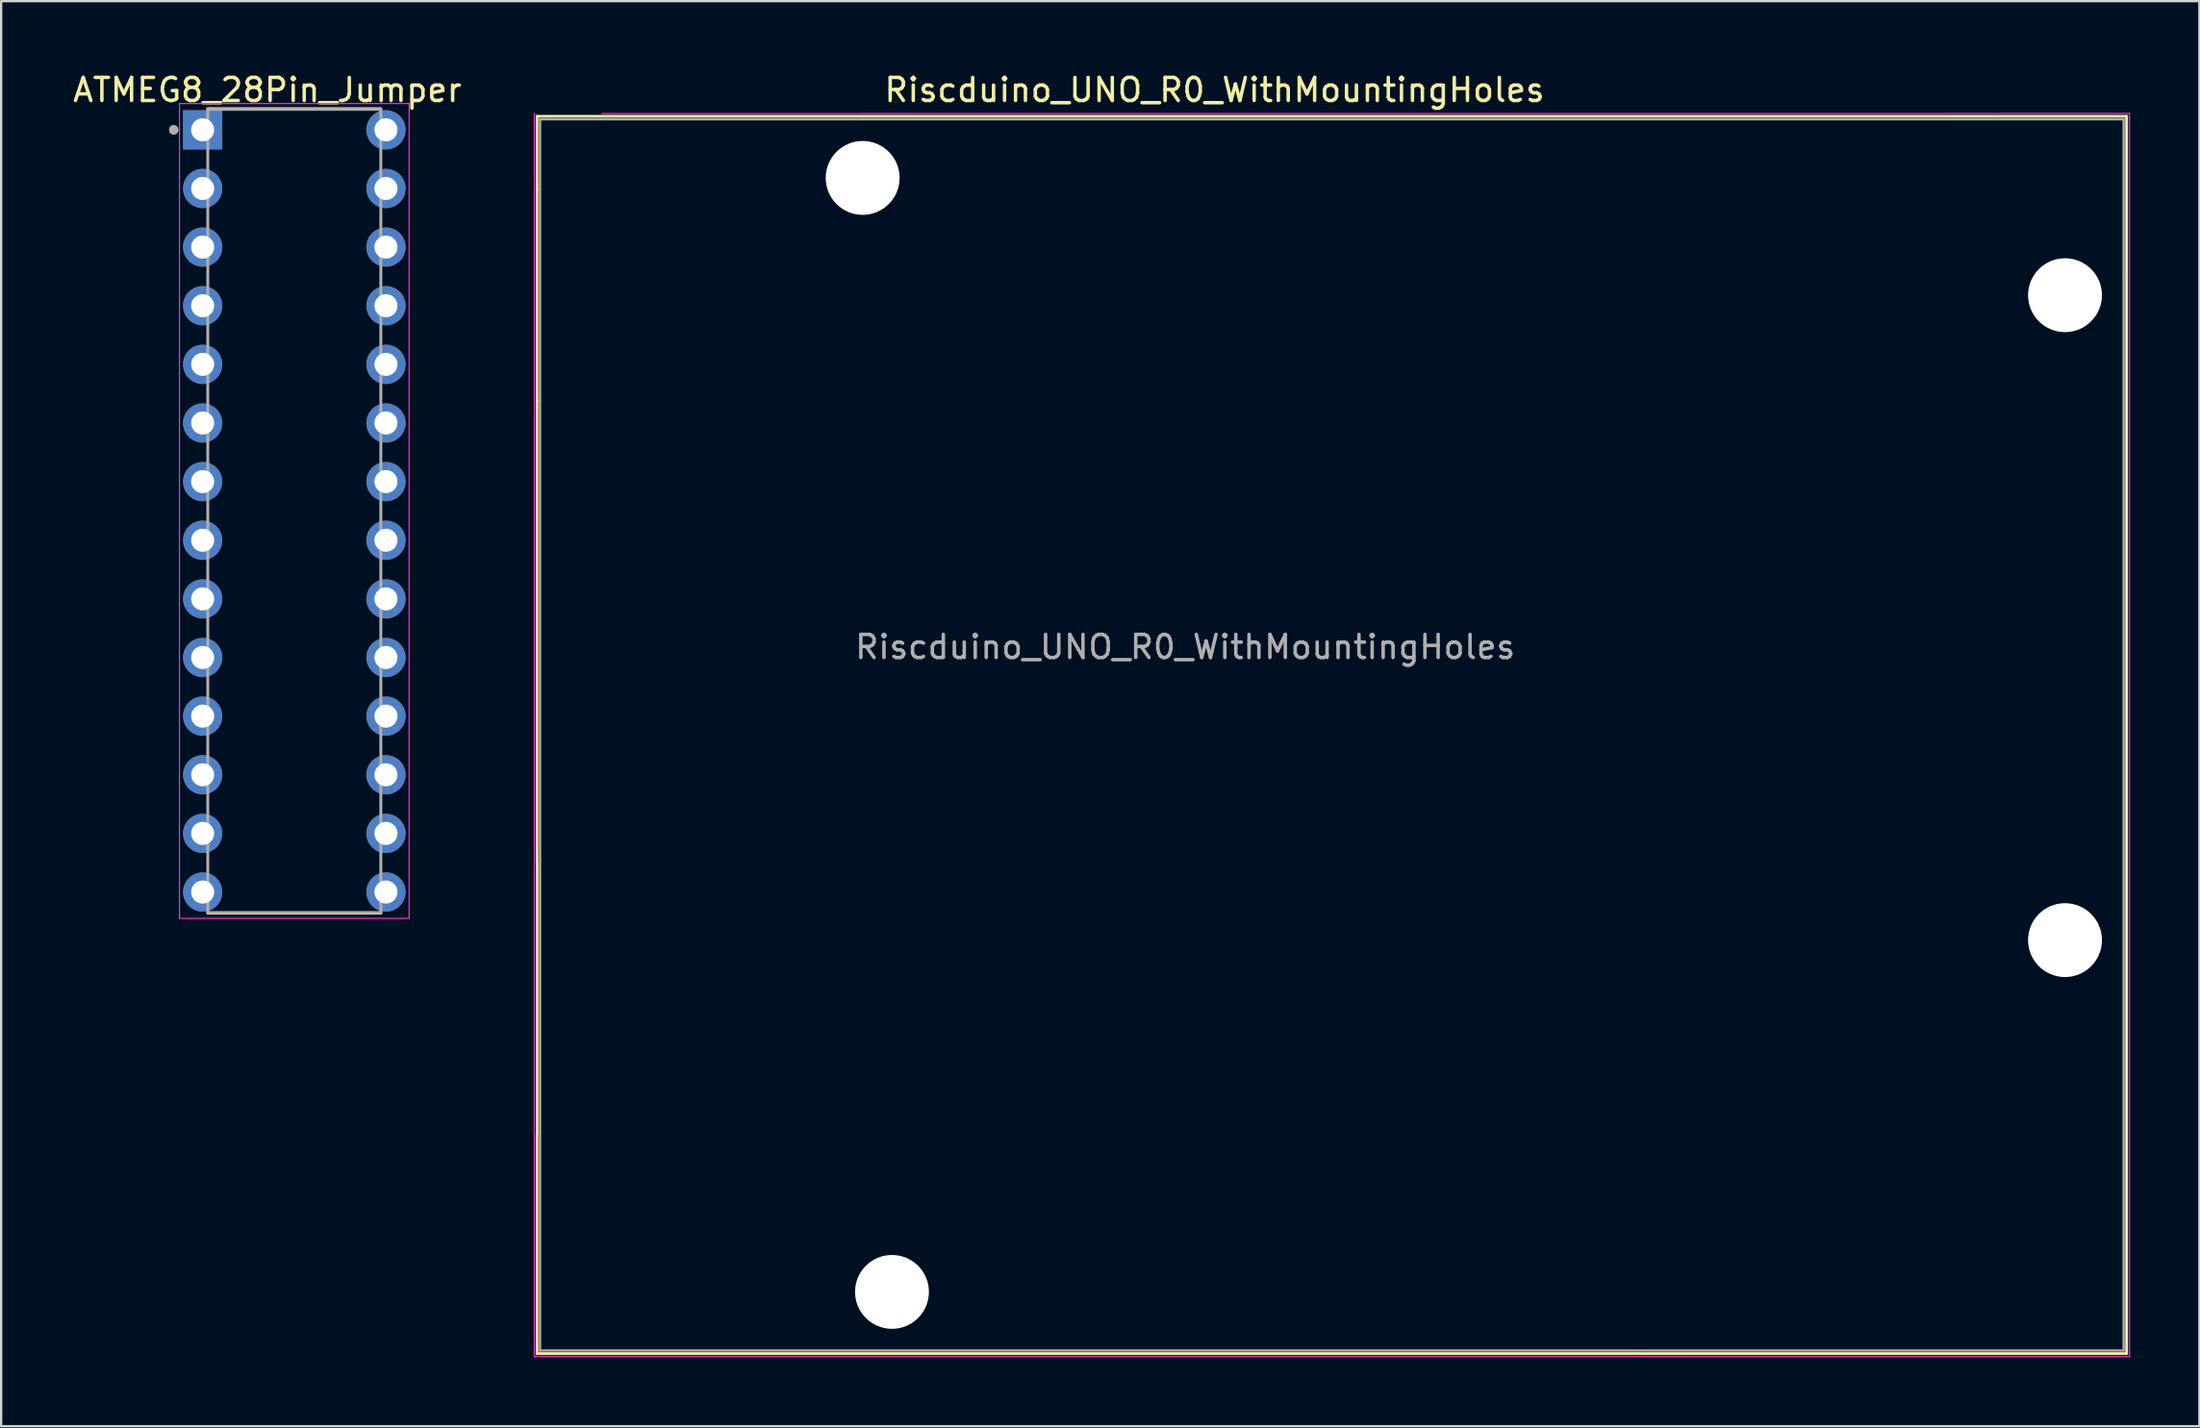
<source format=kicad_pcb>
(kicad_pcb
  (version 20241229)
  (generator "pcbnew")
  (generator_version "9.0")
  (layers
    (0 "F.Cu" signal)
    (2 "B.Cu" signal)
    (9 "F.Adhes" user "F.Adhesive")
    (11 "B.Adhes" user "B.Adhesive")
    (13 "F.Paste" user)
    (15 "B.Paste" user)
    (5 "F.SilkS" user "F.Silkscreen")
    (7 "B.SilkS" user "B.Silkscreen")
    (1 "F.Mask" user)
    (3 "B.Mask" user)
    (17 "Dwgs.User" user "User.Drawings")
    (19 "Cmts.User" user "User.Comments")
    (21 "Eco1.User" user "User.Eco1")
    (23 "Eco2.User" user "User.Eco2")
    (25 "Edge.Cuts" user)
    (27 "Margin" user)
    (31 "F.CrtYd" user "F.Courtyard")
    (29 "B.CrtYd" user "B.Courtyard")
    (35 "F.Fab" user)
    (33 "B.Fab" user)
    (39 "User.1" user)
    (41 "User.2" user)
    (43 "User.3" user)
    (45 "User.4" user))
  (footprint "Riscduino_UNO_R0_WithMountingHoles"
    (layer "F.Cu")
    (at 48.279 4.658)
    (property "Reference" "Riscduino_UNO_R0_WithMountingHoles" (at 1.27 -3.81 180) (layer "F.SilkS") (effects (font (size 1 1) (thickness 0.15))))
    (attr through_hole)
    (fp_line (start -28.07 -2.67) (end -28.07 0.51) (stroke (width 0.12) (type solid)) (layer "F.SilkS"))
    (fp_line (start -28.07 0.51) (end -28.07 9.65) (stroke (width 0.12) (type solid)) (layer "F.SilkS"))
    (fp_line (start -28.07 9.65) (end -28.07 29.72) (stroke (width 0.12) (type solid)) (layer "F.SilkS"))
    (fp_line (start -28.07 41.4) (end -28.07 50.93) (stroke (width 0.12) (type solid)) (layer "F.SilkS"))
    (fp_line (start -28.07 50.93) (end 40.767 50.93) (stroke (width 0.12) (type solid)) (layer "F.SilkS"))
    (fp_line (start -28.067 29.72) (end -28.067 41.4) (stroke (width 0.12) (type solid)) (layer "F.SilkS"))
    (fp_line (start 40.767 -2.67) (end -28.07 -2.67) (stroke (width 0.12) (type solid)) (layer "F.SilkS"))
    (fp_line (start 40.767 50.93) (end 40.767 -2.67) (stroke (width 0.12) (type solid)) (layer "F.SilkS"))
    (fp_line (start -28.194 41.53) (end -28.194 29.59) (stroke (width 0.05) (type solid)) (layer "F.CrtYd"))
    (fp_line (start -28.19 0.38) (end -28.19 -2.79) (stroke (width 0.05) (type solid)) (layer "F.CrtYd"))
    (fp_line (start -28.19 9.78) (end -28.19 0.38) (stroke (width 0.05) (type solid)) (layer "F.CrtYd"))
    (fp_line (start -28.19 29.59) (end -28.19 9.78) (stroke (width 0.05) (type solid)) (layer "F.CrtYd"))
    (fp_line (start -28.19 51.05) (end -28.19 41.53) (stroke (width 0.05) (type solid)) (layer "F.CrtYd"))
    (fp_line (start -25.265 -2.79) (end 40.894 -2.794) (stroke (width 0.05) (type solid)) (layer "F.CrtYd"))
    (fp_line (start 40.894 -2.794) (end 40.894 51.054) (stroke (width 0.05) (type solid)) (layer "F.CrtYd"))
    (fp_line (start 40.894 51.054) (end -28.19 51.05) (stroke (width 0.05) (type solid)) (layer "F.CrtYd"))
    (fp_line (start -27.94 -2.54) (end 40.64 -2.54) (stroke (width 0.1) (type solid)) (layer "F.Fab"))
    (fp_line (start -27.94 50.8) (end -27.94 -2.54) (stroke (width 0.1) (type solid)) (layer "F.Fab"))
    (fp_line (start 40.64 -2.54) (end 40.64 50.8) (stroke (width 0.1) (type solid)) (layer "F.Fab"))
    (fp_line (start 40.64 50.8) (end -27.94 50.8) (stroke (width 0.1) (type solid)) (layer "F.Fab"))
    (fp_text user "${REFERENCE}" (at 0 20.32 180) (layer "F.Fab") (effects (font (size 1 1) (thickness 0.15))))
    (pad "" np_thru_hole circle (at -13.97 0 90) (size 3.2 3.2) (drill 3.2) (layers "*.Cu" "*.Mask"))
    (pad "" np_thru_hole circle (at -12.7 48.26 90) (size 3.2 3.2) (drill 3.2) (layers "*.Cu" "*.Mask"))
    (pad "" np_thru_hole circle (at 38.1 5.08 90) (size 3.2 3.2) (drill 3.2) (layers "*.Cu" "*.Mask"))
    (pad "" np_thru_hole circle (at 38.1 33.02 90) (size 3.2 3.2) (drill 3.2) (layers "*.Cu" "*.Mask")))
  (footprint "ATMEG8_28Pin_Jumper"
    (layer "F.Cu")
    (at 9.696 19.085)
    (property "Reference" "ATMEG8_28Pin_Jumper" (at -1.167 -18.237 0) (layer "F.SilkS") (effects (font (size 1 1) (thickness 0.15))))
    (attr through_hole)
    (fp_line (start -3.747 -17.425) (end 3.747 -17.425) (stroke (width 0.127) (type solid)) (layer "F.SilkS"))
    (fp_line (start -3.747 17.425) (end 3.747 17.425) (stroke (width 0.127) (type solid)) (layer "F.SilkS"))
    (fp_circle (center -5.223 -16.51) (end -5.122 -16.51) (stroke (width 0.2) (type solid)) (fill no) (layer "F.SilkS"))
    (fp_line (start -4.973 -17.649) (end -4.973 17.649) (stroke (width 0.05) (type solid)) (layer "F.CrtYd"))
    (fp_line (start 4.973 -17.649) (end -4.973 -17.649) (stroke (width 0.05) (type solid)) (layer "F.CrtYd"))
    (fp_line (start 4.973 -17.649) (end 4.973 17.649) (stroke (width 0.05) (type solid)) (layer "F.CrtYd"))
    (fp_line (start 4.973 17.649) (end -4.973 17.649) (stroke (width 0.05) (type solid)) (layer "F.CrtYd"))
    (fp_line (start -3.747 -17.399) (end -3.747 17.399) (stroke (width 0.127) (type solid)) (layer "F.Fab"))
    (fp_line (start -3.747 -17.399) (end 3.747 -17.399) (stroke (width 0.127) (type solid)) (layer "F.Fab"))
    (fp_line (start -3.747 17.399) (end 3.747 17.399) (stroke (width 0.127) (type solid)) (layer "F.Fab"))
    (fp_line (start 3.747 -17.399) (end 3.747 17.399) (stroke (width 0.127) (type solid)) (layer "F.Fab"))
    (fp_circle (center -5.223 -16.51) (end -5.122 -16.51) (stroke (width 0.2) (type solid)) (fill no) (layer "F.Fab"))
    (pad "1" thru_hole rect (at -3.969 -16.51) (size 1.7 1.7) (drill 1) (layers "*.Cu" "*.Mask"))
    (pad "2" thru_hole oval (at -3.969 -13.97) (size 1.7 1.7) (drill 1) (layers "*.Cu" "*.Mask"))
    (pad "3" thru_hole oval (at -3.969 -11.43) (size 1.7 1.7) (drill 1) (layers "*.Cu" "*.Mask"))
    (pad "4" thru_hole oval (at -3.969 -8.89) (size 1.7 1.7) (drill 1) (layers "*.Cu" "*.Mask"))
    (pad "5" thru_hole oval (at -3.969 -6.35) (size 1.7 1.7) (drill 1) (layers "*.Cu" "*.Mask"))
    (pad "6" thru_hole oval (at -3.969 -3.81) (size 1.7 1.7) (drill 1) (layers "*.Cu" "*.Mask"))
    (pad "7" thru_hole oval (at -3.969 -1.27) (size 1.7 1.7) (drill 1) (layers "*.Cu" "*.Mask"))
    (pad "8" thru_hole oval (at -3.969 1.27) (size 1.7 1.7) (drill 1) (layers "*.Cu" "*.Mask"))
    (pad "9" thru_hole oval (at -3.969 3.81) (size 1.7 1.7) (drill 1) (layers "*.Cu" "*.Mask"))
    (pad "10" thru_hole oval (at -3.969 6.35) (size 1.7 1.7) (drill 1) (layers "*.Cu" "*.Mask"))
    (pad "11" thru_hole oval (at -3.969 8.89) (size 1.7 1.7) (drill 1) (layers "*.Cu" "*.Mask"))
    (pad "12" thru_hole oval (at -3.969 11.43) (size 1.7 1.7) (drill 1) (layers "*.Cu" "*.Mask"))
    (pad "13" thru_hole oval (at -3.969 13.97) (size 1.7 1.7) (drill 1) (layers "*.Cu" "*.Mask"))
    (pad "14" thru_hole oval (at -3.969 16.51) (size 1.7 1.7) (drill 1) (layers "*.Cu" "*.Mask"))
    (pad "15" thru_hole oval (at 3.969 16.51) (size 1.7 1.7) (drill 1) (layers "*.Cu" "*.Mask"))
    (pad "16" thru_hole oval (at 3.969 13.97) (size 1.7 1.7) (drill 1) (layers "*.Cu" "*.Mask"))
    (pad "17" thru_hole oval (at 3.969 11.43) (size 1.7 1.7) (drill 1) (layers "*.Cu" "*.Mask"))
    (pad "18" thru_hole oval (at 3.969 8.89) (size 1.7 1.7) (drill 1) (layers "*.Cu" "*.Mask"))
    (pad "19" thru_hole oval (at 3.969 6.35) (size 1.7 1.7) (drill 1) (layers "*.Cu" "*.Mask"))
    (pad "20" thru_hole oval (at 3.969 3.81) (size 1.7 1.7) (drill 1) (layers "*.Cu" "*.Mask"))
    (pad "21" thru_hole oval (at 3.969 1.27) (size 1.7 1.7) (drill 1) (layers "*.Cu" "*.Mask"))
    (pad "22" thru_hole oval (at 3.969 -1.27) (size 1.7 1.7) (drill 1) (layers "*.Cu" "*.Mask"))
    (pad "23" thru_hole oval (at 3.969 -3.81) (size 1.7 1.7) (drill 1) (layers "*.Cu" "*.Mask"))
    (pad "24" thru_hole oval (at 3.969 -6.35) (size 1.7 1.7) (drill 1) (layers "*.Cu" "*.Mask"))
    (pad "25" thru_hole oval (at 3.969 -8.89) (size 1.7 1.7) (drill 1) (layers "*.Cu" "*.Mask"))
    (pad "26" thru_hole oval (at 3.969 -11.43) (size 1.7 1.7) (drill 1) (layers "*.Cu" "*.Mask"))
    (pad "27" thru_hole oval (at 3.969 -13.97) (size 1.7 1.7) (drill 1) (layers "*.Cu" "*.Mask"))
    (pad "28" thru_hole oval (at 3.969 -16.51) (size 1.7 1.7) (drill 1) (layers "*.Cu" "*.Mask")))
  (gr_rect
    (start -3 -3)
    (end 92.198 58.737)
    (stroke (width 0.1) (type default))
    (fill no)
    (layer "Edge.Cuts")))
</source>
